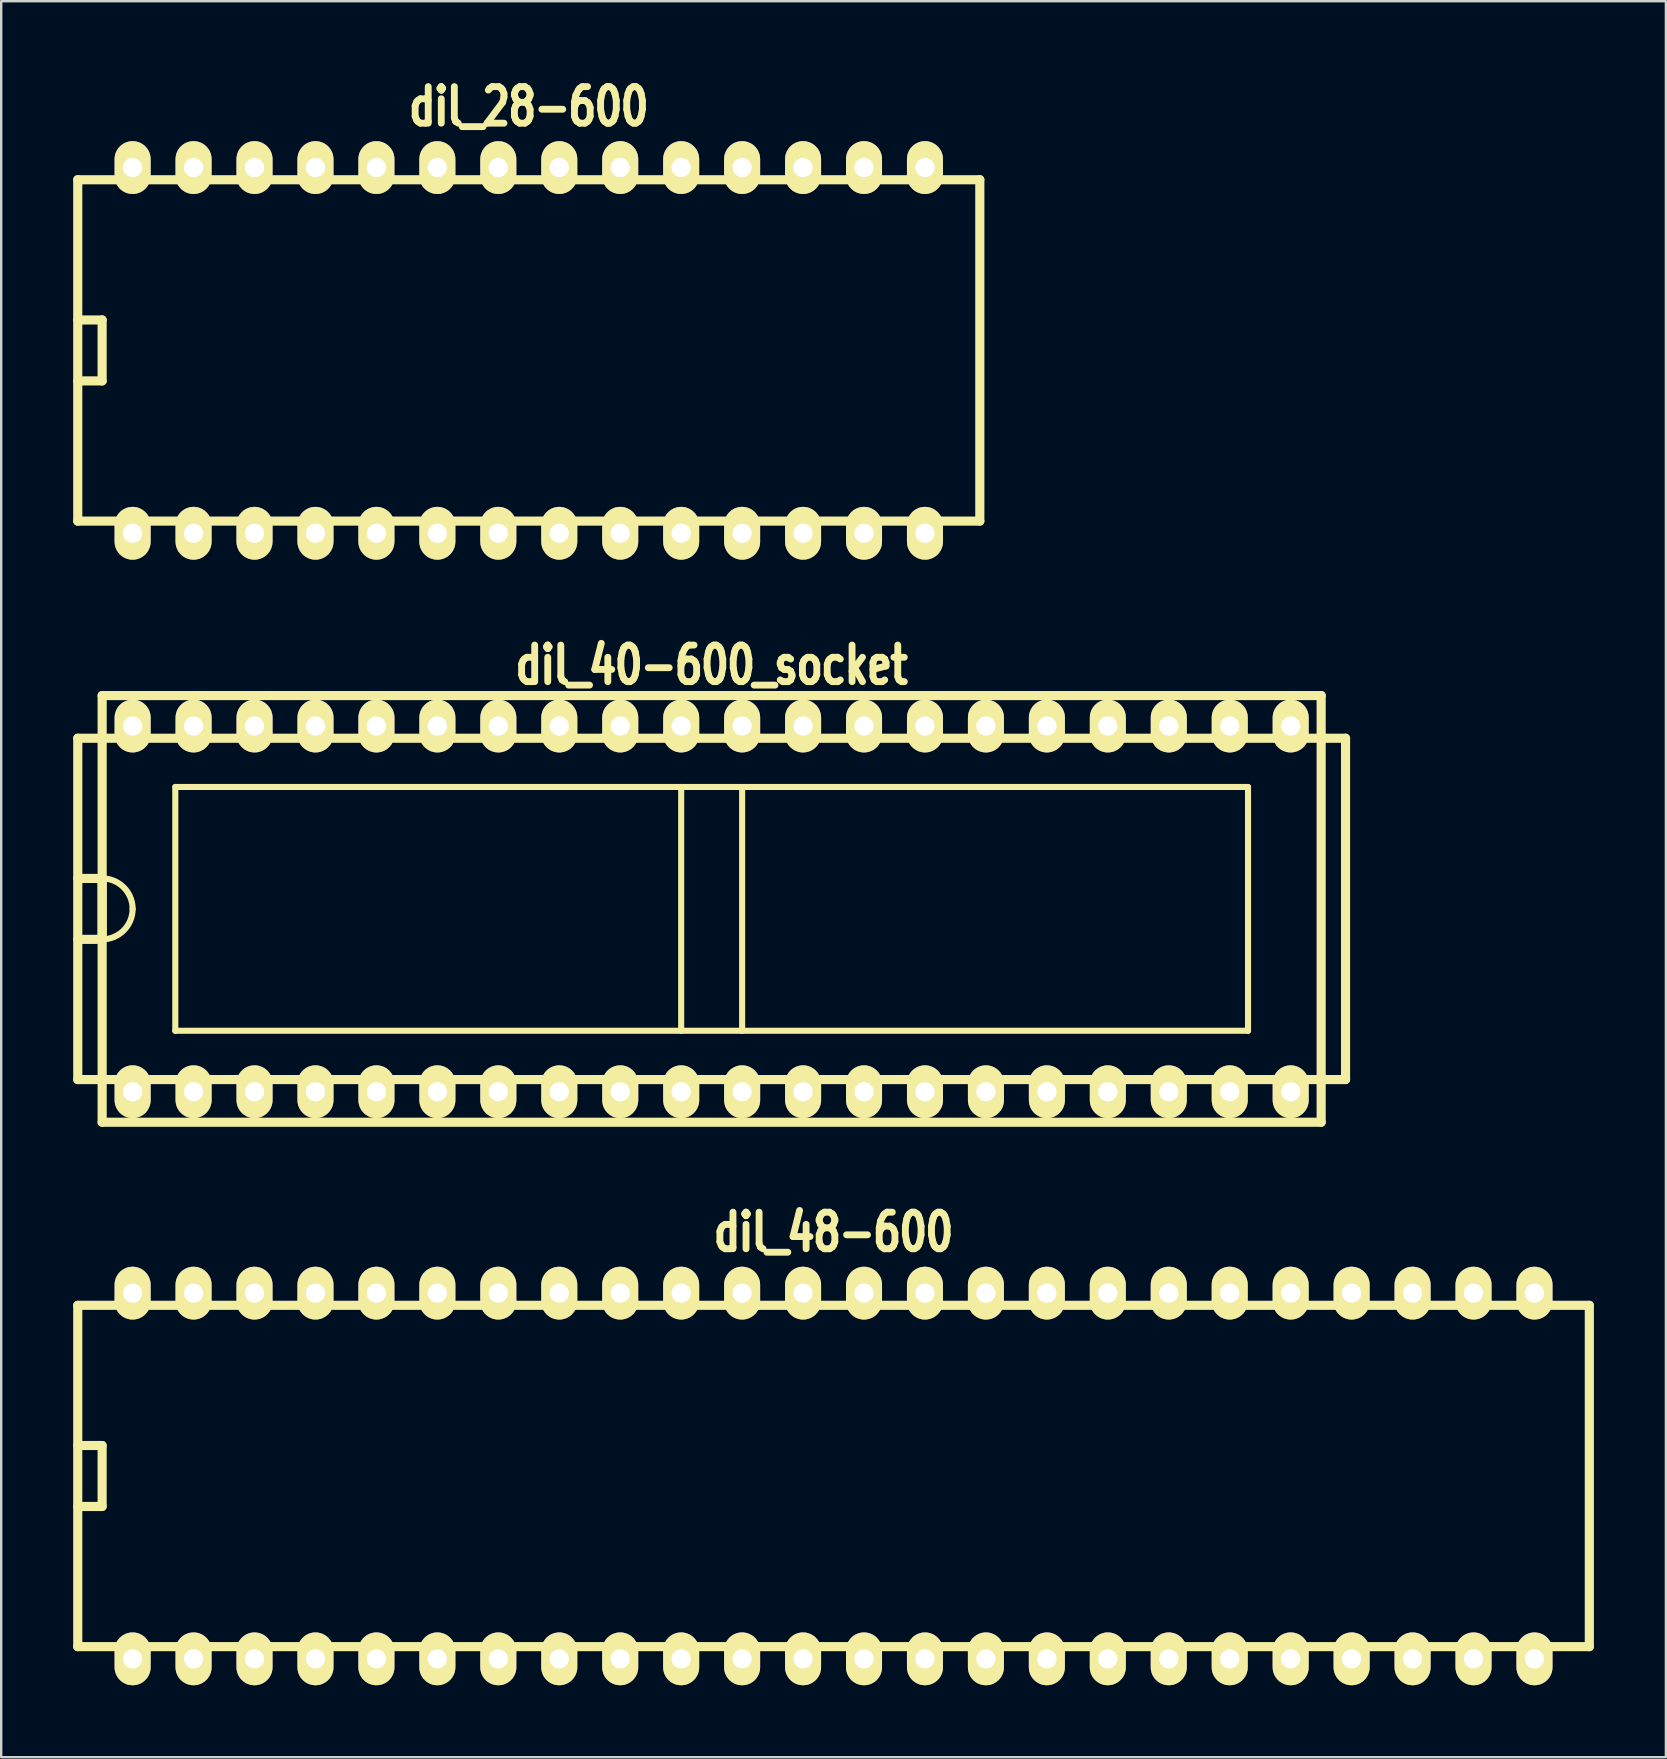
<source format=kicad_pcb>
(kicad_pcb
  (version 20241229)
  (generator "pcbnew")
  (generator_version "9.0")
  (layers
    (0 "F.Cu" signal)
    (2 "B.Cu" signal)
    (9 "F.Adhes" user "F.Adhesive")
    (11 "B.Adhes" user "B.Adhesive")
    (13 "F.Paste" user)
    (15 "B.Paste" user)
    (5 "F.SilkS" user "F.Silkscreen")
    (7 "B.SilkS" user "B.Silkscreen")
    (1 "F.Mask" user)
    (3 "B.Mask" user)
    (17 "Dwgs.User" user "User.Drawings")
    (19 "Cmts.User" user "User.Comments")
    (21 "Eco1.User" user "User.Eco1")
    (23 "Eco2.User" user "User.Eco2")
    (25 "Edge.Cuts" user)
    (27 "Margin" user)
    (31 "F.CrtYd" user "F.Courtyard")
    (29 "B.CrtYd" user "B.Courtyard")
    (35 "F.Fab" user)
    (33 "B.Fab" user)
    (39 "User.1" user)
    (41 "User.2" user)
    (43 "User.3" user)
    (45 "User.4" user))
  (footprint "dil_28-600"
    (layer "F.Cu")
    (at 18.986 11.553)
    (property "Reference" "dil_28-600" (at 0 -10.16 0) (layer "F.SilkS") (effects (font (size 1.524 1.143) (thickness 0.287))))
    (attr through_hole)
    (fp_line (start -18.796 -7.112) (end -18.796 7.112) (stroke (width 0.381) (type solid)) (layer "F.SilkS"))
    (fp_line (start -17.78 -1.27) (end -18.796 -1.27) (stroke (width 0.381) (type solid)) (layer "F.SilkS"))
    (fp_line (start -17.78 -1.27) (end -17.78 1.27) (stroke (width 0.381) (type solid)) (layer "F.SilkS"))
    (fp_line (start -17.78 1.27) (end -18.796 1.27) (stroke (width 0.381) (type solid)) (layer "F.SilkS"))
    (fp_line (start 18.796 -7.112) (end -18.796 -7.112) (stroke (width 0.381) (type solid)) (layer "F.SilkS"))
    (fp_line (start 18.796 7.112) (end -18.796 7.112) (stroke (width 0.381) (type solid)) (layer "F.SilkS"))
    (fp_line (start 18.796 7.112) (end 18.796 -7.112) (stroke (width 0.381) (type solid)) (layer "F.SilkS"))
    (pad "1" thru_hole oval (at -16.51 7.62) (size 1.501 2.2) (drill 0.8) (layers "*.Cu" "*.Mask" "F.SilkS"))
    (pad "2" thru_hole oval (at -13.97 7.62) (size 1.501 2.2) (drill 0.8) (layers "*.Cu" "*.Mask" "F.SilkS"))
    (pad "3" thru_hole oval (at -11.43 7.62) (size 1.501 2.2) (drill 0.8) (layers "*.Cu" "*.Mask" "F.SilkS"))
    (pad "4" thru_hole oval (at -8.89 7.62) (size 1.501 2.2) (drill 0.8) (layers "*.Cu" "*.Mask" "F.SilkS"))
    (pad "5" thru_hole oval (at -6.35 7.62) (size 1.501 2.2) (drill 0.8) (layers "*.Cu" "*.Mask" "F.SilkS"))
    (pad "6" thru_hole oval (at -3.81 7.62) (size 1.501 2.2) (drill 0.8) (layers "*.Cu" "*.Mask" "F.SilkS"))
    (pad "7" thru_hole oval (at -1.27 7.62) (size 1.501 2.2) (drill 0.8) (layers "*.Cu" "*.Mask" "F.SilkS"))
    (pad "8" thru_hole oval (at 1.27 7.62) (size 1.501 2.2) (drill 0.8) (layers "*.Cu" "*.Mask" "F.SilkS"))
    (pad "9" thru_hole oval (at 3.81 7.62) (size 1.501 2.2) (drill 0.8) (layers "*.Cu" "*.Mask" "F.SilkS"))
    (pad "10" thru_hole oval (at 6.35 7.62) (size 1.501 2.2) (drill 0.8) (layers "*.Cu" "*.Mask" "F.SilkS"))
    (pad "11" thru_hole oval (at 8.89 7.62) (size 1.501 2.2) (drill 0.8) (layers "*.Cu" "*.Mask" "F.SilkS"))
    (pad "12" thru_hole oval (at 11.43 7.62) (size 1.501 2.2) (drill 0.8) (layers "*.Cu" "*.Mask" "F.SilkS"))
    (pad "13" thru_hole oval (at 13.97 7.62) (size 1.501 2.2) (drill 0.8) (layers "*.Cu" "*.Mask" "F.SilkS"))
    (pad "14" thru_hole oval (at 16.51 7.62) (size 1.501 2.2) (drill 0.8) (layers "*.Cu" "*.Mask" "F.SilkS"))
    (pad "15" thru_hole oval (at 16.51 -7.62) (size 1.501 2.2) (drill 0.8) (layers "*.Cu" "*.Mask" "F.SilkS"))
    (pad "16" thru_hole oval (at 13.97 -7.62) (size 1.501 2.2) (drill 0.8) (layers "*.Cu" "*.Mask" "F.SilkS"))
    (pad "17" thru_hole oval (at 11.43 -7.62) (size 1.501 2.2) (drill 0.8) (layers "*.Cu" "*.Mask" "F.SilkS"))
    (pad "18" thru_hole oval (at 8.89 -7.62) (size 1.501 2.2) (drill 0.8) (layers "*.Cu" "*.Mask" "F.SilkS"))
    (pad "19" thru_hole oval (at 6.35 -7.62) (size 1.501 2.2) (drill 0.8) (layers "*.Cu" "*.Mask" "F.SilkS"))
    (pad "20" thru_hole oval (at 3.81 -7.62) (size 1.501 2.2) (drill 0.8) (layers "*.Cu" "*.Mask" "F.SilkS"))
    (pad "21" thru_hole oval (at 1.27 -7.62) (size 1.501 2.2) (drill 0.8) (layers "*.Cu" "*.Mask" "F.SilkS"))
    (pad "22" thru_hole oval (at -1.27 -7.62) (size 1.501 2.2) (drill 0.8) (layers "*.Cu" "*.Mask" "F.SilkS"))
    (pad "23" thru_hole oval (at -3.81 -7.62) (size 1.501 2.2) (drill 0.8) (layers "*.Cu" "*.Mask" "F.SilkS"))
    (pad "24" thru_hole oval (at -6.35 -7.62) (size 1.501 2.2) (drill 0.8) (layers "*.Cu" "*.Mask" "F.SilkS"))
    (pad "25" thru_hole oval (at -8.89 -7.62) (size 1.501 2.2) (drill 0.8) (layers "*.Cu" "*.Mask" "F.SilkS"))
    (pad "26" thru_hole oval (at -11.43 -7.62) (size 1.501 2.2) (drill 0.8) (layers "*.Cu" "*.Mask" "F.SilkS"))
    (pad "27" thru_hole oval (at -13.97 -7.62) (size 1.501 2.2) (drill 0.8) (layers "*.Cu" "*.Mask" "F.SilkS"))
    (pad "28" thru_hole oval (at -16.51 -7.62) (size 1.501 2.2) (drill 0.8) (layers "*.Cu" "*.Mask" "F.SilkS")))
  (footprint "dil_48-600"
    (layer "F.Cu")
    (at 31.686 58.459)
    (property "Reference" "dil_48-600" (at 0 -10.16 0) (layer "F.SilkS") (effects (font (size 1.524 1.143) (thickness 0.287))))
    (attr through_hole)
    (fp_line (start -31.496 -7.112) (end -31.496 7.112) (stroke (width 0.381) (type solid)) (layer "F.SilkS"))
    (fp_line (start -30.48 -1.27) (end -31.496 -1.27) (stroke (width 0.381) (type solid)) (layer "F.SilkS"))
    (fp_line (start -30.48 -1.27) (end -30.48 1.27) (stroke (width 0.381) (type solid)) (layer "F.SilkS"))
    (fp_line (start -30.48 1.27) (end -31.496 1.27) (stroke (width 0.381) (type solid)) (layer "F.SilkS"))
    (fp_line (start 31.496 -7.112) (end -31.496 -7.112) (stroke (width 0.381) (type solid)) (layer "F.SilkS"))
    (fp_line (start 31.496 7.112) (end -31.496 7.112) (stroke (width 0.381) (type solid)) (layer "F.SilkS"))
    (fp_line (start 31.496 7.112) (end 31.496 -7.112) (stroke (width 0.381) (type solid)) (layer "F.SilkS"))
    (pad "1" thru_hole oval (at -29.21 7.62) (size 1.501 2.2) (drill 0.8) (layers "*.Cu" "*.Mask" "F.SilkS"))
    (pad "2" thru_hole oval (at -26.67 7.62) (size 1.501 2.2) (drill 0.8) (layers "*.Cu" "*.Mask" "F.SilkS"))
    (pad "3" thru_hole oval (at -24.13 7.62) (size 1.501 2.2) (drill 0.8) (layers "*.Cu" "*.Mask" "F.SilkS"))
    (pad "4" thru_hole oval (at -21.59 7.62) (size 1.501 2.2) (drill 0.8) (layers "*.Cu" "*.Mask" "F.SilkS"))
    (pad "5" thru_hole oval (at -19.05 7.62) (size 1.501 2.2) (drill 0.8) (layers "*.Cu" "*.Mask" "F.SilkS"))
    (pad "6" thru_hole oval (at -16.51 7.62) (size 1.501 2.2) (drill 0.8) (layers "*.Cu" "*.Mask" "F.SilkS"))
    (pad "7" thru_hole oval (at -13.97 7.62) (size 1.501 2.2) (drill 0.8) (layers "*.Cu" "*.Mask" "F.SilkS"))
    (pad "8" thru_hole oval (at -11.43 7.62) (size 1.501 2.2) (drill 0.8) (layers "*.Cu" "*.Mask" "F.SilkS"))
    (pad "9" thru_hole oval (at -8.89 7.62) (size 1.501 2.2) (drill 0.8) (layers "*.Cu" "*.Mask" "F.SilkS"))
    (pad "10" thru_hole oval (at -6.35 7.62) (size 1.501 2.2) (drill 0.8) (layers "*.Cu" "*.Mask" "F.SilkS"))
    (pad "11" thru_hole oval (at -3.81 7.62) (size 1.501 2.2) (drill 0.8) (layers "*.Cu" "*.Mask" "F.SilkS"))
    (pad "12" thru_hole oval (at -1.27 7.62) (size 1.501 2.2) (drill 0.8) (layers "*.Cu" "*.Mask" "F.SilkS"))
    (pad "13" thru_hole oval (at 1.27 7.62) (size 1.501 2.2) (drill 0.8) (layers "*.Cu" "*.Mask" "F.SilkS"))
    (pad "14" thru_hole oval (at 3.81 7.62) (size 1.501 2.2) (drill 0.8) (layers "*.Cu" "*.Mask" "F.SilkS"))
    (pad "15" thru_hole oval (at 6.35 7.62) (size 1.501 2.2) (drill 0.8) (layers "*.Cu" "*.Mask" "F.SilkS"))
    (pad "16" thru_hole oval (at 8.89 7.62) (size 1.501 2.2) (drill 0.8) (layers "*.Cu" "*.Mask" "F.SilkS"))
    (pad "17" thru_hole oval (at 11.43 7.62) (size 1.501 2.2) (drill 0.8) (layers "*.Cu" "*.Mask" "F.SilkS"))
    (pad "18" thru_hole oval (at 13.97 7.62) (size 1.501 2.2) (drill 0.8) (layers "*.Cu" "*.Mask" "F.SilkS"))
    (pad "19" thru_hole oval (at 16.51 7.62) (size 1.501 2.2) (drill 0.8) (layers "*.Cu" "*.Mask" "F.SilkS"))
    (pad "20" thru_hole oval (at 19.05 7.62) (size 1.501 2.2) (drill 0.8) (layers "*.Cu" "*.Mask" "F.SilkS"))
    (pad "21" thru_hole oval (at 21.59 7.62) (size 1.501 2.2) (drill 0.8) (layers "*.Cu" "*.Mask" "F.SilkS"))
    (pad "22" thru_hole oval (at 24.13 7.62) (size 1.501 2.2) (drill 0.8) (layers "*.Cu" "*.Mask" "F.SilkS"))
    (pad "23" thru_hole oval (at 26.67 7.62) (size 1.501 2.2) (drill 0.8) (layers "*.Cu" "*.Mask" "F.SilkS"))
    (pad "24" thru_hole oval (at 29.21 7.62) (size 1.501 2.2) (drill 0.8) (layers "*.Cu" "*.Mask" "F.SilkS"))
    (pad "25" thru_hole oval (at 29.21 -7.62) (size 1.501 2.2) (drill 0.8) (layers "*.Cu" "*.Mask" "F.SilkS"))
    (pad "26" thru_hole oval (at 26.67 -7.62) (size 1.501 2.2) (drill 0.8) (layers "*.Cu" "*.Mask" "F.SilkS"))
    (pad "27" thru_hole oval (at 24.13 -7.62) (size 1.501 2.2) (drill 0.8) (layers "*.Cu" "*.Mask" "F.SilkS"))
    (pad "28" thru_hole oval (at 21.59 -7.62) (size 1.501 2.2) (drill 0.8) (layers "*.Cu" "*.Mask" "F.SilkS"))
    (pad "29" thru_hole oval (at 19.05 -7.62) (size 1.501 2.2) (drill 0.8) (layers "*.Cu" "*.Mask" "F.SilkS"))
    (pad "30" thru_hole oval (at 16.51 -7.62) (size 1.501 2.2) (drill 0.8) (layers "*.Cu" "*.Mask" "F.SilkS"))
    (pad "31" thru_hole oval (at 13.97 -7.62) (size 1.501 2.2) (drill 0.8) (layers "*.Cu" "*.Mask" "F.SilkS"))
    (pad "32" thru_hole oval (at 11.43 -7.62) (size 1.501 2.2) (drill 0.8) (layers "*.Cu" "*.Mask" "F.SilkS"))
    (pad "33" thru_hole oval (at 8.89 -7.62) (size 1.501 2.2) (drill 0.8) (layers "*.Cu" "*.Mask" "F.SilkS"))
    (pad "34" thru_hole oval (at 6.35 -7.62) (size 1.501 2.2) (drill 0.8) (layers "*.Cu" "*.Mask" "F.SilkS"))
    (pad "35" thru_hole oval (at 3.81 -7.62) (size 1.501 2.2) (drill 0.8) (layers "*.Cu" "*.Mask" "F.SilkS"))
    (pad "36" thru_hole oval (at 1.27 -7.62) (size 1.501 2.2) (drill 0.8) (layers "*.Cu" "*.Mask" "F.SilkS"))
    (pad "37" thru_hole oval (at -1.27 -7.62) (size 1.501 2.2) (drill 0.8) (layers "*.Cu" "*.Mask" "F.SilkS"))
    (pad "38" thru_hole oval (at -3.81 -7.62) (size 1.501 2.2) (drill 0.8) (layers "*.Cu" "*.Mask" "F.SilkS"))
    (pad "39" thru_hole oval (at -6.35 -7.62) (size 1.501 2.2) (drill 0.8) (layers "*.Cu" "*.Mask" "F.SilkS"))
    (pad "40" thru_hole oval (at -8.89 -7.62) (size 1.501 2.2) (drill 0.8) (layers "*.Cu" "*.Mask" "F.SilkS"))
    (pad "41" thru_hole oval (at -11.43 -7.62) (size 1.501 2.2) (drill 0.8) (layers "*.Cu" "*.Mask" "F.SilkS"))
    (pad "42" thru_hole oval (at -13.97 -7.62) (size 1.501 2.2) (drill 0.8) (layers "*.Cu" "*.Mask" "F.SilkS"))
    (pad "43" thru_hole oval (at -16.51 -7.62) (size 1.501 2.2) (drill 0.8) (layers "*.Cu" "*.Mask" "F.SilkS"))
    (pad "44" thru_hole oval (at -19.05 -7.62) (size 1.501 2.2) (drill 0.8) (layers "*.Cu" "*.Mask" "F.SilkS"))
    (pad "45" thru_hole oval (at -21.59 -7.62) (size 1.501 2.2) (drill 0.8) (layers "*.Cu" "*.Mask" "F.SilkS"))
    (pad "46" thru_hole oval (at -24.13 -7.62) (size 1.501 2.2) (drill 0.8) (layers "*.Cu" "*.Mask" "F.SilkS"))
    (pad "47" thru_hole oval (at -26.67 -7.62) (size 1.501 2.2) (drill 0.8) (layers "*.Cu" "*.Mask" "F.SilkS"))
    (pad "48" thru_hole oval (at -29.21 -7.62) (size 1.501 2.2) (drill 0.8) (layers "*.Cu" "*.Mask" "F.SilkS")))
  (footprint "dil_40-600_socket"
    (layer "F.Cu")
    (at 26.607 34.826)
    (property "Reference" "dil_40-600_socket" (at 0 -10.16 0) (layer "F.SilkS") (effects (font (size 1.524 1.143) (thickness 0.287))))
    (attr through_hole)
    (fp_line (start -26.416 -7.112) (end -26.416 7.112) (stroke (width 0.381) (type solid)) (layer "F.SilkS"))
    (fp_line (start -25.4 -8.89) (end 25.4 -8.89) (stroke (width 0.381) (type solid)) (layer "F.SilkS"))
    (fp_line (start -25.4 -1.27) (end -26.416 -1.27) (stroke (width 0.381) (type solid)) (layer "F.SilkS"))
    (fp_line (start -25.4 -1.27) (end -25.4 1.27) (stroke (width 0.381) (type solid)) (layer "F.SilkS"))
    (fp_line (start -25.4 1.27) (end -26.416 1.27) (stroke (width 0.381) (type solid)) (layer "F.SilkS"))
    (fp_line (start -25.4 8.89) (end -25.4 -8.89) (stroke (width 0.381) (type solid)) (layer "F.SilkS"))
    (fp_line (start -25.4 8.89) (end 25.4 8.89) (stroke (width 0.381) (type solid)) (layer "F.SilkS"))
    (fp_line (start -22.352 -5.08) (end -22.352 5.08) (stroke (width 0.254) (type solid)) (layer "F.SilkS"))
    (fp_line (start -22.352 -5.08) (end 22.352 -5.08) (stroke (width 0.254) (type solid)) (layer "F.SilkS"))
    (fp_line (start -1.27 -5.08) (end -1.27 5.08) (stroke (width 0.254) (type solid)) (layer "F.SilkS"))
    (fp_line (start 1.27 5.08) (end 1.27 -5.08) (stroke (width 0.254) (type solid)) (layer "F.SilkS"))
    (fp_line (start 22.352 -5.08) (end 22.352 5.08) (stroke (width 0.254) (type solid)) (layer "F.SilkS"))
    (fp_line (start 22.352 5.08) (end -22.352 5.08) (stroke (width 0.254) (type solid)) (layer "F.SilkS"))
    (fp_line (start 25.4 -8.89) (end 25.4 8.89) (stroke (width 0.381) (type solid)) (layer "F.SilkS"))
    (fp_line (start 26.416 -7.112) (end -26.416 -7.112) (stroke (width 0.381) (type solid)) (layer "F.SilkS"))
    (fp_line (start 26.416 7.112) (end -26.416 7.112) (stroke (width 0.381) (type solid)) (layer "F.SilkS"))
    (fp_line (start 26.416 7.112) (end 26.416 -7.112) (stroke (width 0.381) (type solid)) (layer "F.SilkS"))
    (fp_arc (start -25.4 -1.27) (mid -24.501974 -0.898026) (end -24.13 0) (stroke (width 0.254) (type solid)) (layer "F.SilkS"))
    (fp_arc (start -24.13 0) (mid -24.501974 0.898026) (end -25.4 1.27) (stroke (width 0.254) (type solid)) (layer "F.SilkS"))
    (pad "1" thru_hole oval (at -24.13 7.62) (size 1.501 2.2) (drill 0.8) (layers "*.Cu" "*.Mask" "F.SilkS"))
    (pad "2" thru_hole oval (at -21.59 7.62) (size 1.501 2.2) (drill 0.8) (layers "*.Cu" "*.Mask" "F.SilkS"))
    (pad "3" thru_hole oval (at -19.05 7.62) (size 1.501 2.2) (drill 0.8) (layers "*.Cu" "*.Mask" "F.SilkS"))
    (pad "4" thru_hole oval (at -16.51 7.62) (size 1.501 2.2) (drill 0.8) (layers "*.Cu" "*.Mask" "F.SilkS"))
    (pad "5" thru_hole oval (at -13.97 7.62) (size 1.501 2.2) (drill 0.8) (layers "*.Cu" "*.Mask" "F.SilkS"))
    (pad "6" thru_hole oval (at -11.43 7.62) (size 1.501 2.2) (drill 0.8) (layers "*.Cu" "*.Mask" "F.SilkS"))
    (pad "7" thru_hole oval (at -8.89 7.62) (size 1.501 2.2) (drill 0.8) (layers "*.Cu" "*.Mask" "F.SilkS"))
    (pad "8" thru_hole oval (at -6.35 7.62) (size 1.501 2.2) (drill 0.8) (layers "*.Cu" "*.Mask" "F.SilkS"))
    (pad "9" thru_hole oval (at -3.81 7.62) (size 1.501 2.2) (drill 0.8) (layers "*.Cu" "*.Mask" "F.SilkS"))
    (pad "10" thru_hole oval (at -1.27 7.62) (size 1.501 2.2) (drill 0.8) (layers "*.Cu" "*.Mask" "F.SilkS"))
    (pad "11" thru_hole oval (at 1.27 7.62) (size 1.501 2.2) (drill 0.8) (layers "*.Cu" "*.Mask" "F.SilkS"))
    (pad "12" thru_hole oval (at 3.81 7.62) (size 1.501 2.2) (drill 0.8) (layers "*.Cu" "*.Mask" "F.SilkS"))
    (pad "13" thru_hole oval (at 6.35 7.62) (size 1.501 2.2) (drill 0.8) (layers "*.Cu" "*.Mask" "F.SilkS"))
    (pad "14" thru_hole oval (at 8.89 7.62) (size 1.501 2.2) (drill 0.8) (layers "*.Cu" "*.Mask" "F.SilkS"))
    (pad "15" thru_hole oval (at 11.43 7.62) (size 1.501 2.2) (drill 0.8) (layers "*.Cu" "*.Mask" "F.SilkS"))
    (pad "16" thru_hole oval (at 13.97 7.62) (size 1.501 2.2) (drill 0.8) (layers "*.Cu" "*.Mask" "F.SilkS"))
    (pad "17" thru_hole oval (at 16.51 7.62) (size 1.501 2.2) (drill 0.8) (layers "*.Cu" "*.Mask" "F.SilkS"))
    (pad "18" thru_hole oval (at 19.05 7.62) (size 1.501 2.2) (drill 0.8) (layers "*.Cu" "*.Mask" "F.SilkS"))
    (pad "19" thru_hole oval (at 21.59 7.62) (size 1.501 2.2) (drill 0.8) (layers "*.Cu" "*.Mask" "F.SilkS"))
    (pad "20" thru_hole oval (at 24.13 7.62) (size 1.501 2.2) (drill 0.8) (layers "*.Cu" "*.Mask" "F.SilkS"))
    (pad "21" thru_hole oval (at 24.13 -7.62) (size 1.501 2.2) (drill 0.8) (layers "*.Cu" "*.Mask" "F.SilkS"))
    (pad "22" thru_hole oval (at 21.59 -7.62) (size 1.501 2.2) (drill 0.8) (layers "*.Cu" "*.Mask" "F.SilkS"))
    (pad "23" thru_hole oval (at 19.05 -7.62) (size 1.501 2.2) (drill 0.8) (layers "*.Cu" "*.Mask" "F.SilkS"))
    (pad "24" thru_hole oval (at 16.51 -7.62) (size 1.501 2.2) (drill 0.8) (layers "*.Cu" "*.Mask" "F.SilkS"))
    (pad "25" thru_hole oval (at 13.97 -7.62) (size 1.501 2.2) (drill 0.8) (layers "*.Cu" "*.Mask" "F.SilkS"))
    (pad "26" thru_hole oval (at 11.43 -7.62) (size 1.501 2.2) (drill 0.8) (layers "*.Cu" "*.Mask" "F.SilkS"))
    (pad "27" thru_hole oval (at 8.89 -7.62) (size 1.501 2.2) (drill 0.8) (layers "*.Cu" "*.Mask" "F.SilkS"))
    (pad "28" thru_hole oval (at 6.35 -7.62) (size 1.501 2.2) (drill 0.8) (layers "*.Cu" "*.Mask" "F.SilkS"))
    (pad "29" thru_hole oval (at 3.81 -7.62) (size 1.501 2.2) (drill 0.8) (layers "*.Cu" "*.Mask" "F.SilkS"))
    (pad "30" thru_hole oval (at 1.27 -7.62) (size 1.501 2.2) (drill 0.8) (layers "*.Cu" "*.Mask" "F.SilkS"))
    (pad "31" thru_hole oval (at -1.27 -7.62) (size 1.501 2.2) (drill 0.8) (layers "*.Cu" "*.Mask" "F.SilkS"))
    (pad "32" thru_hole oval (at -3.81 -7.62) (size 1.501 2.2) (drill 0.8) (layers "*.Cu" "*.Mask" "F.SilkS"))
    (pad "33" thru_hole oval (at -6.35 -7.62) (size 1.501 2.2) (drill 0.8) (layers "*.Cu" "*.Mask" "F.SilkS"))
    (pad "34" thru_hole oval (at -8.89 -7.62) (size 1.501 2.2) (drill 0.8) (layers "*.Cu" "*.Mask" "F.SilkS"))
    (pad "35" thru_hole oval (at -11.43 -7.62) (size 1.501 2.2) (drill 0.8) (layers "*.Cu" "*.Mask" "F.SilkS"))
    (pad "36" thru_hole oval (at -13.97 -7.62) (size 1.501 2.2) (drill 0.8) (layers "*.Cu" "*.Mask" "F.SilkS"))
    (pad "37" thru_hole oval (at -16.51 -7.62) (size 1.501 2.2) (drill 0.8) (layers "*.Cu" "*.Mask" "F.SilkS"))
    (pad "38" thru_hole oval (at -19.05 -7.62) (size 1.501 2.2) (drill 0.8) (layers "*.Cu" "*.Mask" "F.SilkS"))
    (pad "39" thru_hole oval (at -21.59 -7.62) (size 1.501 2.2) (drill 0.8) (layers "*.Cu" "*.Mask" "F.SilkS"))
    (pad "40" thru_hole oval (at -24.13 -7.62) (size 1.501 2.2) (drill 0.8) (layers "*.Cu" "*.Mask" "F.SilkS")))
  (gr_rect
    (start -3 -3)
    (end 66.373 70.179)
    (stroke (width 0.1) (type default))
    (fill no)
    (layer "Edge.Cuts")))
</source>
